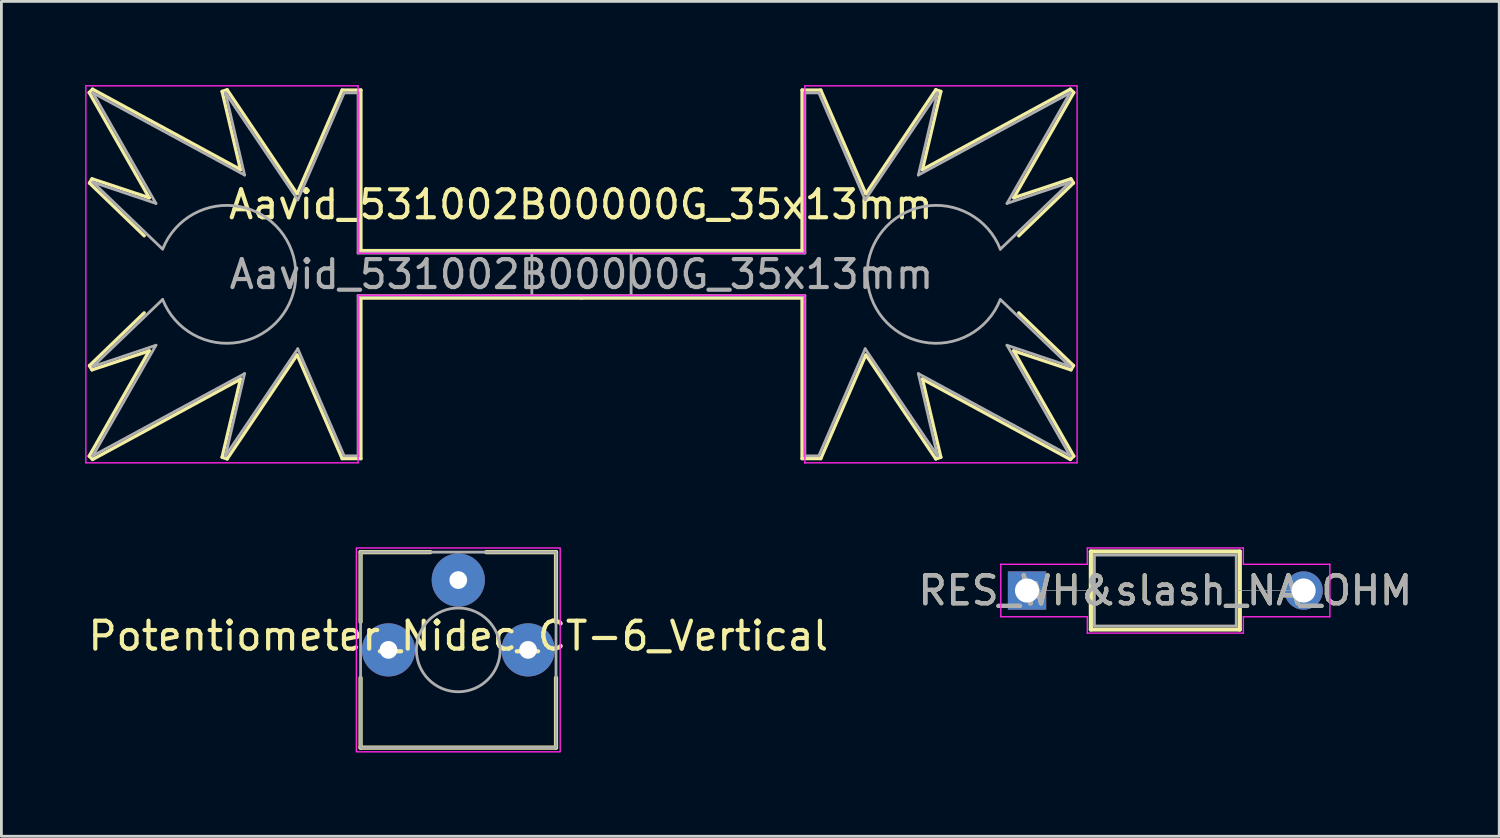
<source format=kicad_pcb>
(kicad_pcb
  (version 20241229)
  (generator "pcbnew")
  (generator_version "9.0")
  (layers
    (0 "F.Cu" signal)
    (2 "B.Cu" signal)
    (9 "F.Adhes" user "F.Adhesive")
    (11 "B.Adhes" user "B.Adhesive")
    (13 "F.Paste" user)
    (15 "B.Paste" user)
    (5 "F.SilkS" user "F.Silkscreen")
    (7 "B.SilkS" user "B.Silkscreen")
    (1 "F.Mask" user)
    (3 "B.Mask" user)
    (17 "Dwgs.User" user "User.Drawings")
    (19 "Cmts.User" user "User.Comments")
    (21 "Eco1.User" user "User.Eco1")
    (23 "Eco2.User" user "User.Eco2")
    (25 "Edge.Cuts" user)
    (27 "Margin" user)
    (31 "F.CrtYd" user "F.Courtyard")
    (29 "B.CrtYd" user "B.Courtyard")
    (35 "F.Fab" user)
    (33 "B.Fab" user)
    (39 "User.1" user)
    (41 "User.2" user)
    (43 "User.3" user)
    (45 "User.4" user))
  (footprint "Aavid_531002B00000G_35x13mm"
    (layer "F.Cu")
    (at 17.775 6.775)
    (property "Reference" "Aavid_531002B00000G_35x13mm" (at -0.025 -2.5 0) (layer "F.SilkS") (effects (font (size 1 1) (thickness 0.15))))
    (attr through_hole)
    (fp_line (start -17.63 -6.51) (end -15.48 -2.74) (stroke (width 0.12) (type solid)) (layer "F.SilkS"))
    (fp_line (start -17.63 6.51) (end -15.48 2.74) (stroke (width 0.12) (type solid)) (layer "F.SilkS"))
    (fp_line (start -17.62 -3.27) (end -15.66 -1.38) (stroke (width 0.12) (type solid)) (layer "F.SilkS"))
    (fp_line (start -17.62 3.27) (end -15.66 1.38) (stroke (width 0.12) (type solid)) (layer "F.SilkS"))
    (fp_line (start -17.53 -3.42) (end -17.62 -3.27) (stroke (width 0.12) (type solid)) (layer "F.SilkS"))
    (fp_line (start -17.53 3.42) (end -17.62 3.27) (stroke (width 0.12) (type solid)) (layer "F.SilkS"))
    (fp_line (start -17.51 -6.63) (end -17.63 -6.51) (stroke (width 0.12) (type solid)) (layer "F.SilkS"))
    (fp_line (start -17.51 6.63) (end -17.63 6.51) (stroke (width 0.12) (type solid)) (layer "F.SilkS"))
    (fp_line (start -15.48 -2.74) (end -17.53 -3.42) (stroke (width 0.12) (type solid)) (layer "F.SilkS"))
    (fp_line (start -15.48 2.74) (end -17.53 3.42) (stroke (width 0.12) (type solid)) (layer "F.SilkS"))
    (fp_line (start -12.87 -6.55) (end -12.21 -3.75) (stroke (width 0.12) (type solid)) (layer "F.SilkS"))
    (fp_line (start -12.87 6.55) (end -12.21 3.75) (stroke (width 0.12) (type solid)) (layer "F.SilkS"))
    (fp_line (start -12.69 -6.61) (end -12.87 -6.55) (stroke (width 0.12) (type solid)) (layer "F.SilkS"))
    (fp_line (start -12.69 6.61) (end -12.87 6.55) (stroke (width 0.12) (type solid)) (layer "F.SilkS"))
    (fp_line (start -12.21 -3.75) (end -17.51 -6.63) (stroke (width 0.12) (type solid)) (layer "F.SilkS"))
    (fp_line (start -12.21 3.75) (end -17.51 6.63) (stroke (width 0.12) (type solid)) (layer "F.SilkS"))
    (fp_line (start -10.19 -2.89) (end -12.69 -6.61) (stroke (width 0.12) (type solid)) (layer "F.SilkS"))
    (fp_line (start -10.19 2.89) (end -12.69 6.61) (stroke (width 0.12) (type solid)) (layer "F.SilkS"))
    (fp_line (start -8.57 -6.6) (end -10.18 -2.89) (stroke (width 0.12) (type solid)) (layer "F.SilkS"))
    (fp_line (start -8.57 6.6) (end -10.18 2.89) (stroke (width 0.12) (type solid)) (layer "F.SilkS"))
    (fp_line (start -7.9 -6.6) (end -8.57 -6.6) (stroke (width 0.12) (type solid)) (layer "F.SilkS"))
    (fp_line (start -7.9 -0.85) (end -7.9 -6.6) (stroke (width 0.12) (type solid)) (layer "F.SilkS"))
    (fp_line (start -7.9 0.85) (end -7.9 6.6) (stroke (width 0.12) (type solid)) (layer "F.SilkS"))
    (fp_line (start -7.9 6.6) (end -8.57 6.6) (stroke (width 0.12) (type solid)) (layer "F.SilkS"))
    (fp_line (start 0 -0.85) (end -7.9 -0.85) (stroke (width 0.12) (type solid)) (layer "F.SilkS"))
    (fp_line (start 0 -0.85) (end 7.9 -0.85) (stroke (width 0.12) (type solid)) (layer "F.SilkS"))
    (fp_line (start 0 0.85) (end -7.9 0.85) (stroke (width 0.12) (type solid)) (layer "F.SilkS"))
    (fp_line (start 0 0.85) (end 7.9 0.85) (stroke (width 0.12) (type solid)) (layer "F.SilkS"))
    (fp_line (start 7.9 -6.6) (end 8.57 -6.6) (stroke (width 0.12) (type solid)) (layer "F.SilkS"))
    (fp_line (start 7.9 -0.85) (end 7.9 -6.6) (stroke (width 0.12) (type solid)) (layer "F.SilkS"))
    (fp_line (start 7.9 0.85) (end 7.9 6.6) (stroke (width 0.12) (type solid)) (layer "F.SilkS"))
    (fp_line (start 7.9 6.6) (end 8.57 6.6) (stroke (width 0.12) (type solid)) (layer "F.SilkS"))
    (fp_line (start 8.57 -6.6) (end 10.18 -2.89) (stroke (width 0.12) (type solid)) (layer "F.SilkS"))
    (fp_line (start 8.57 6.6) (end 10.18 2.89) (stroke (width 0.12) (type solid)) (layer "F.SilkS"))
    (fp_line (start 10.19 -2.89) (end 12.69 -6.61) (stroke (width 0.12) (type solid)) (layer "F.SilkS"))
    (fp_line (start 10.19 2.89) (end 12.69 6.61) (stroke (width 0.12) (type solid)) (layer "F.SilkS"))
    (fp_line (start 12.21 -3.75) (end 17.51 -6.63) (stroke (width 0.12) (type solid)) (layer "F.SilkS"))
    (fp_line (start 12.21 3.75) (end 17.51 6.63) (stroke (width 0.12) (type solid)) (layer "F.SilkS"))
    (fp_line (start 12.69 -6.61) (end 12.87 -6.55) (stroke (width 0.12) (type solid)) (layer "F.SilkS"))
    (fp_line (start 12.69 6.61) (end 12.87 6.55) (stroke (width 0.12) (type solid)) (layer "F.SilkS"))
    (fp_line (start 12.87 -6.55) (end 12.21 -3.75) (stroke (width 0.12) (type solid)) (layer "F.SilkS"))
    (fp_line (start 12.87 6.55) (end 12.21 3.75) (stroke (width 0.12) (type solid)) (layer "F.SilkS"))
    (fp_line (start 15.48 -2.74) (end 17.53 -3.42) (stroke (width 0.12) (type solid)) (layer "F.SilkS"))
    (fp_line (start 15.48 2.74) (end 17.53 3.42) (stroke (width 0.12) (type solid)) (layer "F.SilkS"))
    (fp_line (start 17.51 -6.63) (end 17.63 -6.51) (stroke (width 0.12) (type solid)) (layer "F.SilkS"))
    (fp_line (start 17.51 6.63) (end 17.63 6.51) (stroke (width 0.12) (type solid)) (layer "F.SilkS"))
    (fp_line (start 17.53 -3.42) (end 17.62 -3.27) (stroke (width 0.12) (type solid)) (layer "F.SilkS"))
    (fp_line (start 17.53 3.42) (end 17.62 3.27) (stroke (width 0.12) (type solid)) (layer "F.SilkS"))
    (fp_line (start 17.62 -3.27) (end 15.66 -1.38) (stroke (width 0.12) (type solid)) (layer "F.SilkS"))
    (fp_line (start 17.62 3.27) (end 15.66 1.38) (stroke (width 0.12) (type solid)) (layer "F.SilkS"))
    (fp_line (start 17.63 -6.51) (end 15.48 -2.74) (stroke (width 0.12) (type solid)) (layer "F.SilkS"))
    (fp_line (start 17.63 6.51) (end 15.48 2.74) (stroke (width 0.12) (type solid)) (layer "F.SilkS"))
    (fp_line (start -17.75 -6.75) (end -17.75 6.75) (stroke (width 0.05) (type solid)) (layer "F.CrtYd"))
    (fp_line (start -17.75 -6.75) (end -8 -6.75) (stroke (width 0.05) (type solid)) (layer "F.CrtYd"))
    (fp_line (start -8 -6.75) (end -8 -0.75) (stroke (width 0.05) (type default)) (layer "F.CrtYd"))
    (fp_line (start -8 -0.75) (end 8 -0.75) (stroke (width 0.05) (type default)) (layer "F.CrtYd"))
    (fp_line (start -8 0.75) (end 8 0.75) (stroke (width 0.05) (type default)) (layer "F.CrtYd"))
    (fp_line (start -8 6.75) (end -17.75 6.75) (stroke (width 0.05) (type solid)) (layer "F.CrtYd"))
    (fp_line (start -8 6.75) (end -8 0.75) (stroke (width 0.05) (type default)) (layer "F.CrtYd"))
    (fp_line (start 8 -6.75) (end 17.75 -6.75) (stroke (width 0.05) (type solid)) (layer "F.CrtYd"))
    (fp_line (start 8 -0.75) (end 8 -6.75) (stroke (width 0.05) (type default)) (layer "F.CrtYd"))
    (fp_line (start 8 0.75) (end 8 6.75) (stroke (width 0.05) (type default)) (layer "F.CrtYd"))
    (fp_line (start 8 6.75) (end 8 6.75) (stroke (width 0.05) (type default)) (layer "F.CrtYd"))
    (fp_line (start 8 6.75) (end 8 6.75) (stroke (width 0.05) (type default)) (layer "F.CrtYd"))
    (fp_line (start 17.75 6.75) (end 8 6.75) (stroke (width 0.05) (type solid)) (layer "F.CrtYd"))
    (fp_line (start 17.75 6.75) (end 17.75 -6.75) (stroke (width 0.05) (type solid)) (layer "F.CrtYd"))
    (fp_line (start -17.5 -6.5) (end -15.24 -2.54) (stroke (width 0.1) (type solid)) (layer "F.Fab"))
    (fp_line (start -17.5 -6.5) (end -12.065 -3.556) (stroke (width 0.1) (type solid)) (layer "F.Fab"))
    (fp_line (start -17.5 -3.3) (end -15 -0.9) (stroke (width 0.1) (type solid)) (layer "F.Fab"))
    (fp_line (start -17.5 3.3) (end -15 0.9) (stroke (width 0.1) (type solid)) (layer "F.Fab"))
    (fp_line (start -17.5 6.5) (end -15.24 2.54) (stroke (width 0.1) (type solid)) (layer "F.Fab"))
    (fp_line (start -17.5 6.5) (end -12.065 3.556) (stroke (width 0.1) (type solid)) (layer "F.Fab"))
    (fp_line (start -15.24 -2.54) (end -17.5 -3.3) (stroke (width 0.1) (type solid)) (layer "F.Fab"))
    (fp_line (start -15.24 2.54) (end -17.5 3.3) (stroke (width 0.1) (type solid)) (layer "F.Fab"))
    (fp_line (start -12.065 -3.556) (end -12.75 -6.5) (stroke (width 0.1) (type solid)) (layer "F.Fab"))
    (fp_line (start -12.065 3.556) (end -12.75 6.5) (stroke (width 0.1) (type solid)) (layer "F.Fab"))
    (fp_line (start -10.16 -2.667) (end -12.75 -6.5) (stroke (width 0.1) (type solid)) (layer "F.Fab"))
    (fp_line (start -10.16 2.667) (end -12.75 6.5) (stroke (width 0.1) (type solid)) (layer "F.Fab"))
    (fp_line (start -8.5 -6.5) (end -10.16 -2.667) (stroke (width 0.1) (type solid)) (layer "F.Fab"))
    (fp_line (start -8.5 6.5) (end -10.16 2.667) (stroke (width 0.1) (type solid)) (layer "F.Fab"))
    (fp_line (start -8.001 -0.762) (end -8 -6.5) (stroke (width 0.1) (type solid)) (layer "F.Fab"))
    (fp_line (start -8.001 0.762) (end -8 6.5) (stroke (width 0.1) (type solid)) (layer "F.Fab"))
    (fp_line (start -8 -6.5) (end -8.5 -6.5) (stroke (width 0.1) (type solid)) (layer "F.Fab"))
    (fp_line (start -8 6.5) (end -8.5 6.5) (stroke (width 0.1) (type solid)) (layer "F.Fab"))
    (fp_line (start -1.778 0.762) (end -1.778 -0.762) (stroke (width 0.1) (type solid)) (layer "F.Fab"))
    (fp_line (start 0 -0.762) (end -8.001 -0.762) (stroke (width 0.1) (type solid)) (layer "F.Fab"))
    (fp_line (start 0 -0.762) (end 8.001 -0.762) (stroke (width 0.1) (type solid)) (layer "F.Fab"))
    (fp_line (start 0 0.762) (end -8.001 0.762) (stroke (width 0.1) (type solid)) (layer "F.Fab"))
    (fp_line (start 0 0.762) (end 8.001 0.762) (stroke (width 0.1) (type solid)) (layer "F.Fab"))
    (fp_line (start 1.778 -0.762) (end 1.778 0.762) (stroke (width 0.1) (type solid)) (layer "F.Fab"))
    (fp_line (start 8 -6.5) (end 8.5 -6.5) (stroke (width 0.1) (type solid)) (layer "F.Fab"))
    (fp_line (start 8 6.5) (end 8.5 6.5) (stroke (width 0.1) (type solid)) (layer "F.Fab"))
    (fp_line (start 8.001 -0.762) (end 8 -6.5) (stroke (width 0.1) (type solid)) (layer "F.Fab"))
    (fp_line (start 8.001 0.762) (end 8 6.5) (stroke (width 0.1) (type solid)) (layer "F.Fab"))
    (fp_line (start 8.5 -6.5) (end 10.16 -2.667) (stroke (width 0.1) (type solid)) (layer "F.Fab"))
    (fp_line (start 8.5 6.5) (end 10.16 2.667) (stroke (width 0.1) (type solid)) (layer "F.Fab"))
    (fp_line (start 10.16 -2.667) (end 12.75 -6.5) (stroke (width 0.1) (type solid)) (layer "F.Fab"))
    (fp_line (start 10.16 2.667) (end 12.75 6.5) (stroke (width 0.1) (type solid)) (layer "F.Fab"))
    (fp_line (start 12.065 -3.556) (end 12.75 -6.5) (stroke (width 0.1) (type solid)) (layer "F.Fab"))
    (fp_line (start 12.065 3.556) (end 12.75 6.5) (stroke (width 0.1) (type solid)) (layer "F.Fab"))
    (fp_line (start 15.24 -2.54) (end 17.5 -3.3) (stroke (width 0.1) (type solid)) (layer "F.Fab"))
    (fp_line (start 15.24 2.54) (end 17.5 3.3) (stroke (width 0.1) (type solid)) (layer "F.Fab"))
    (fp_line (start 17.5 -6.5) (end 12.065 -3.556) (stroke (width 0.1) (type solid)) (layer "F.Fab"))
    (fp_line (start 17.5 -6.5) (end 15.24 -2.54) (stroke (width 0.1) (type solid)) (layer "F.Fab"))
    (fp_line (start 17.5 -3.3) (end 15 -0.9) (stroke (width 0.1) (type solid)) (layer "F.Fab"))
    (fp_line (start 17.5 3.3) (end 15 0.9) (stroke (width 0.1) (type solid)) (layer "F.Fab"))
    (fp_line (start 17.5 6.5) (end 12.065 3.556) (stroke (width 0.1) (type solid)) (layer "F.Fab"))
    (fp_line (start 17.5 6.5) (end 15.24 2.54) (stroke (width 0.1) (type solid)) (layer "F.Fab"))
    (fp_arc (start -14.99272 -0.918387) (mid -10.230202 0.009888) (end -15 0.9) (stroke (width 0.1) (type solid)) (layer "F.Fab"))
    (fp_arc (start 14.99272 0.918387) (mid 10.230202 -0.009888) (end 15 -0.9) (stroke (width 0.1) (type solid)) (layer "F.Fab"))
    (fp_text user "${REFERENCE}" (at 0 0 0) (layer "F.Fab") (effects (font (size 1 1) (thickness 0.15)))))
  (footprint "RES_WH&slash_NA_OHM"
    (layer "F.Cu")
    (at 33.732 18.099)
    (property "Reference" "RES_WH&slash_NA_OHM" (at 4.953 0 0) (unlocked yes) (layer "F.SilkS") (effects (font (size 1 1) (thickness 0.15))))
    (attr through_hole)
    (fp_line (start 2.286 -1.397) (end 2.286 1.397) (stroke (width 0.15) (type solid)) (layer "F.SilkS"))
    (fp_line (start 2.286 1.397) (end 7.62 1.397) (stroke (width 0.15) (type solid)) (layer "F.SilkS"))
    (fp_line (start 7.62 -1.397) (end 2.286 -1.397) (stroke (width 0.15) (type solid)) (layer "F.SilkS"))
    (fp_line (start 7.62 1.397) (end 7.62 -1.397) (stroke (width 0.15) (type solid)) (layer "F.SilkS"))
    (fp_line (start -0.94 -0.94) (end 2.159 -0.94) (stroke (width 0.05) (type solid)) (layer "F.CrtYd"))
    (fp_line (start -0.94 0.94) (end -0.94 -0.94) (stroke (width 0.05) (type solid)) (layer "F.CrtYd"))
    (fp_line (start 2.159 -1.524) (end 7.747 -1.524) (stroke (width 0.05) (type solid)) (layer "F.CrtYd"))
    (fp_line (start 2.159 -0.94) (end 2.159 -1.524) (stroke (width 0.05) (type solid)) (layer "F.CrtYd"))
    (fp_line (start 2.159 0.94) (end -0.94 0.94) (stroke (width 0.05) (type solid)) (layer "F.CrtYd"))
    (fp_line (start 2.159 1.524) (end 2.159 0.94) (stroke (width 0.05) (type solid)) (layer "F.CrtYd"))
    (fp_line (start 7.747 -1.524) (end 7.747 -0.94) (stroke (width 0.05) (type solid)) (layer "F.CrtYd"))
    (fp_line (start 7.747 -0.94) (end 10.846 -0.94) (stroke (width 0.05) (type solid)) (layer "F.CrtYd"))
    (fp_line (start 7.747 0.94) (end 7.747 1.524) (stroke (width 0.05) (type solid)) (layer "F.CrtYd"))
    (fp_line (start 7.747 1.524) (end 2.159 1.524) (stroke (width 0.05) (type solid)) (layer "F.CrtYd"))
    (fp_line (start 10.846 -0.94) (end 10.846 0.94) (stroke (width 0.05) (type solid)) (layer "F.CrtYd"))
    (fp_line (start 10.846 0.94) (end 7.747 0.94) (stroke (width 0.05) (type solid)) (layer "F.CrtYd"))
    (fp_line (start 0 0) (end 2.413 0) (stroke (width 0.025) (type solid)) (layer "F.Fab"))
    (fp_line (start 2.413 -1.27) (end 2.413 1.27) (stroke (width 0.1) (type solid)) (layer "F.Fab"))
    (fp_line (start 2.413 1.27) (end 7.493 1.27) (stroke (width 0.1) (type solid)) (layer "F.Fab"))
    (fp_line (start 7.493 -1.27) (end 2.413 -1.27) (stroke (width 0.1) (type solid)) (layer "F.Fab"))
    (fp_line (start 7.493 1.27) (end 7.493 -1.27) (stroke (width 0.1) (type solid)) (layer "F.Fab"))
    (fp_line (start 9.906 0) (end 7.493 0) (stroke (width 0.025) (type solid)) (layer "F.Fab"))
    (fp_text user "${REFERENCE}" (at 4.953 0 0) (unlocked yes) (layer "F.Fab") (effects (font (size 1 1) (thickness 0.15))))
    (pad "1" thru_hole rect (at 0 0) (size 1.372 1.372) (drill 0.864) (layers "*.Cu" "*.Mask"))
    (pad "2" thru_hole circle (at 9.906 0) (size 1.372 1.372) (drill 0.864) (layers "*.Cu" "*.Mask")))
  (footprint "Potentiometer_Nidec_CT-6_Vertical"
    (layer "F.Cu")
    (at 13.363 20.225)
    (property "Reference" "Potentiometer_Nidec_CT-6_Vertical" (at 0 -0.5 0) (unlocked yes) (layer "F.SilkS") (effects (font (size 1 1) (thickness 0.15))))
    (attr through_hole)
    (fp_line (start -3.5 -3.5) (end -1 -3.5) (stroke (width 0.15) (type default)) (layer "F.SilkS"))
    (fp_line (start -3.5 -1) (end -3.5 -3.5) (stroke (width 0.15) (type default)) (layer "F.SilkS"))
    (fp_line (start -3.5 3.5) (end -3.5 1) (stroke (width 0.15) (type default)) (layer "F.SilkS"))
    (fp_line (start 1 -3.5) (end 3.5 -3.5) (stroke (width 0.15) (type default)) (layer "F.SilkS"))
    (fp_line (start 3.5 -3.5) (end 3.5 -1) (stroke (width 0.15) (type default)) (layer "F.SilkS"))
    (fp_line (start 3.5 1) (end 3.5 3.5) (stroke (width 0.15) (type default)) (layer "F.SilkS"))
    (fp_line (start 3.5 3.5) (end -3.5 3.5) (stroke (width 0.15) (type default)) (layer "F.SilkS"))
    (fp_rect (start -3.65 -3.65) (end 3.65 3.65) (stroke (width 0.05) (type default)) (fill no) (layer "F.CrtYd"))
    (fp_rect (start -3.5 -3.5) (end 3.5 3.5) (stroke (width 0.1) (type default)) (fill no) (layer "F.Fab"))
    (fp_circle (center 0 0) (end 1.5 0) (stroke (width 0.1) (type default)) (fill no) (layer "F.Fab"))
    (pad "1" thru_hole circle (at -2.5 0) (size 1.905 1.905) (drill 0.635) (layers "*.Cu" "*.Mask"))
    (pad "2" thru_hole circle (at 0 -2.5) (size 1.905 1.905) (drill 0.635) (layers "*.Cu" "*.Mask"))
    (pad "3" thru_hole circle (at 2.5 0) (size 1.905 1.905) (drill 0.635) (layers "*.Cu" "*.Mask")))
  (gr_rect
    (start -3 -3)
    (end 50.643 26.9)
    (stroke (width 0.1) (type default))
    (fill no)
    (layer "Edge.Cuts")))
</source>
